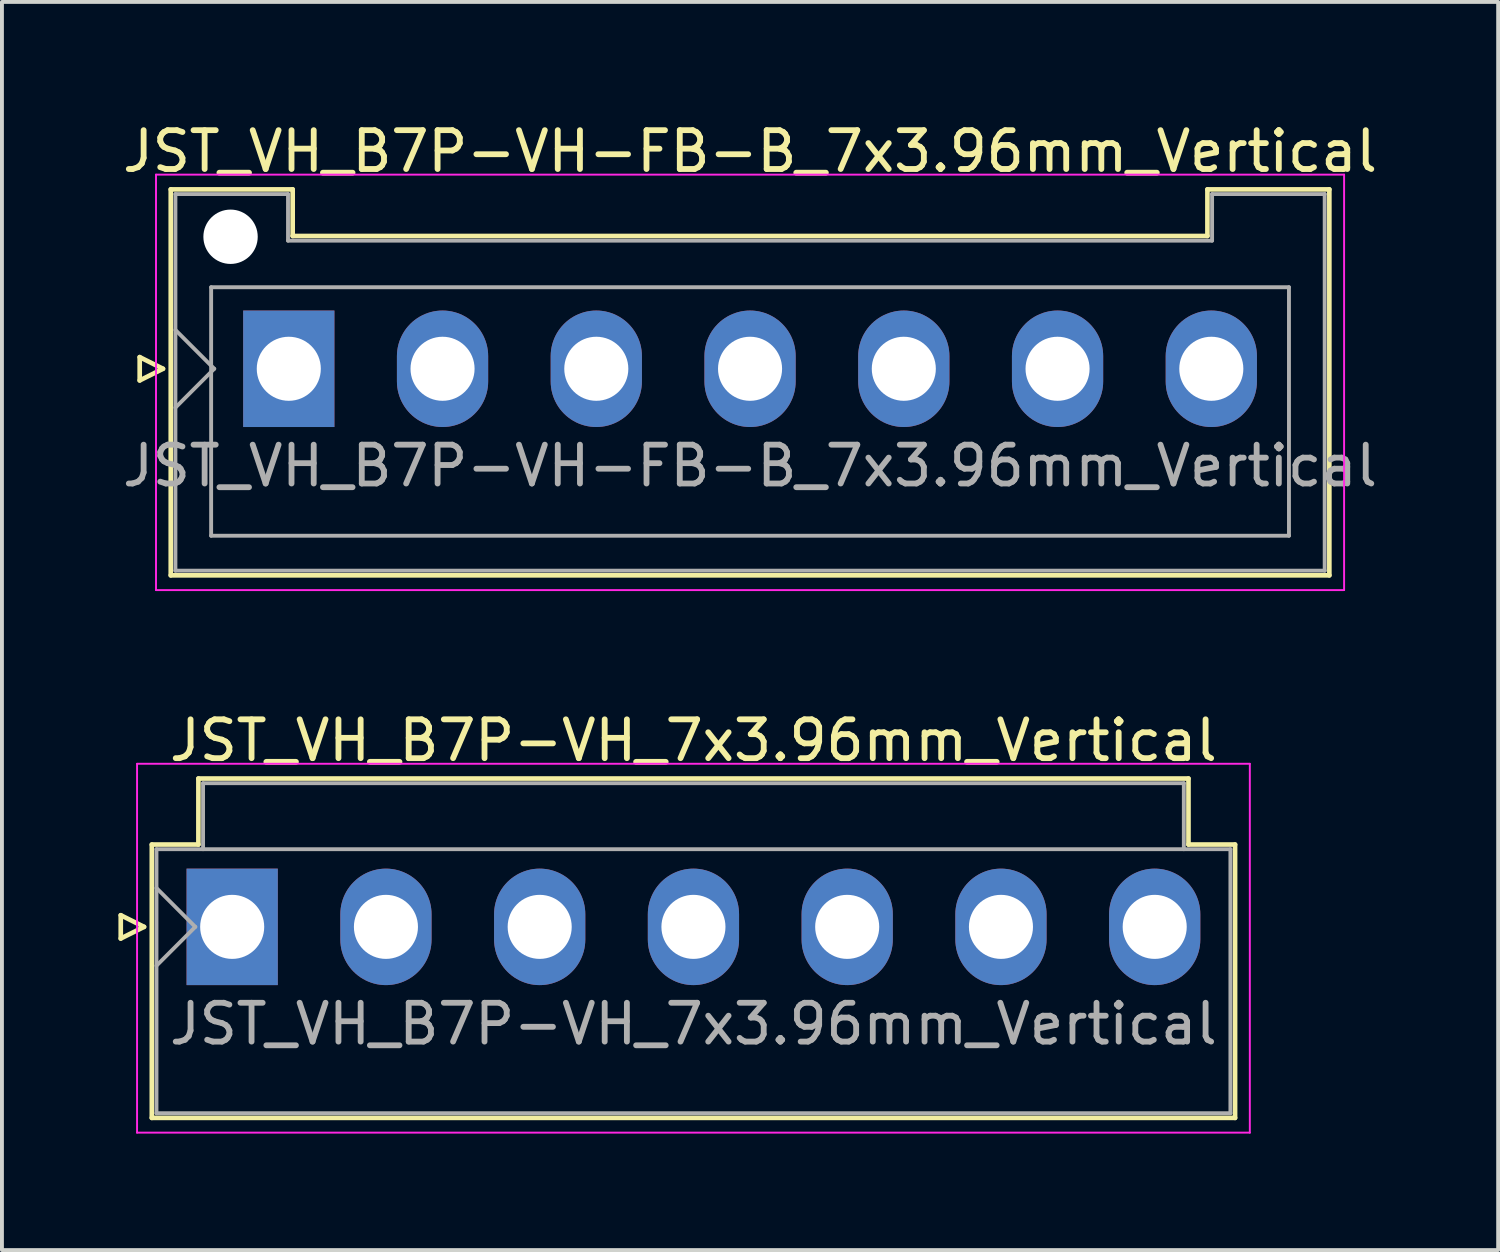
<source format=kicad_pcb>
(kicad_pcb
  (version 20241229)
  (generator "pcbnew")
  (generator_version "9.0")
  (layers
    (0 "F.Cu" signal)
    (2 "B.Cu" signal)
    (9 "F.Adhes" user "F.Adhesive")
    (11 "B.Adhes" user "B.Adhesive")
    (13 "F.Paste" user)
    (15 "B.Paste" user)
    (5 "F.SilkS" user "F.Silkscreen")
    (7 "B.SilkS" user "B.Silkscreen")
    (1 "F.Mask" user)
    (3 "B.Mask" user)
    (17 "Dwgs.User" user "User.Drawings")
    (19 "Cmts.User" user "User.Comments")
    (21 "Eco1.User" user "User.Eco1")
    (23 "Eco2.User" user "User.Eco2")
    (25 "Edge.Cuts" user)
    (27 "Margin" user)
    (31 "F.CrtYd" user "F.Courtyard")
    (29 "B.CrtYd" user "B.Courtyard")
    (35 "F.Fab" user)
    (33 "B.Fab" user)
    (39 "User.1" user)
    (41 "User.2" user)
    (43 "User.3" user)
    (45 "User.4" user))
  (footprint "JST_VH_B7P-VH_7x3.96mm_Vertical"
    (layer "F.Cu")
    (at 2.93 20.822)
    (property "Reference" "JST_VH_B7P-VH_7x3.96mm_Vertical" (at 11.88 -4.8 0) (layer "F.SilkS") (effects (font (size 1 1) (thickness 0.15))))
    (attr through_hole)
    (fp_line (start -2.87 -0.3) (end -2.27 0) (stroke (width 0.12) (type solid)) (layer "F.SilkS"))
    (fp_line (start -2.87 0.3) (end -2.87 -0.3) (stroke (width 0.12) (type solid)) (layer "F.SilkS"))
    (fp_line (start -2.27 0) (end -2.87 0.3) (stroke (width 0.12) (type solid)) (layer "F.SilkS"))
    (fp_line (start -2.07 -2.12) (end -0.87 -2.12) (stroke (width 0.12) (type solid)) (layer "F.SilkS"))
    (fp_line (start -2.07 4.92) (end -2.07 -2.12) (stroke (width 0.12) (type solid)) (layer "F.SilkS"))
    (fp_line (start -0.87 -3.82) (end 24.63 -3.82) (stroke (width 0.12) (type solid)) (layer "F.SilkS"))
    (fp_line (start -0.87 -2.12) (end -0.87 -3.82) (stroke (width 0.12) (type solid)) (layer "F.SilkS"))
    (fp_line (start 24.63 -3.82) (end 24.63 -2.12) (stroke (width 0.12) (type solid)) (layer "F.SilkS"))
    (fp_line (start 24.63 -2.12) (end 25.83 -2.12) (stroke (width 0.12) (type solid)) (layer "F.SilkS"))
    (fp_line (start 25.83 -2.12) (end 25.83 4.92) (stroke (width 0.12) (type solid)) (layer "F.SilkS"))
    (fp_line (start 25.83 4.92) (end -2.07 4.92) (stroke (width 0.12) (type solid)) (layer "F.SilkS"))
    (fp_line (start -2.45 -4.2) (end -2.45 5.3) (stroke (width 0.05) (type solid)) (layer "F.CrtYd"))
    (fp_line (start -2.45 5.3) (end 26.21 5.3) (stroke (width 0.05) (type solid)) (layer "F.CrtYd"))
    (fp_line (start 26.21 -4.2) (end -2.45 -4.2) (stroke (width 0.05) (type solid)) (layer "F.CrtYd"))
    (fp_line (start 26.21 5.3) (end 26.21 -4.2) (stroke (width 0.05) (type solid)) (layer "F.CrtYd"))
    (fp_line (start -1.95 -2) (end -1.95 4.8) (stroke (width 0.1) (type solid)) (layer "F.Fab"))
    (fp_line (start -1.95 -1) (end -0.95 0) (stroke (width 0.1) (type solid)) (layer "F.Fab"))
    (fp_line (start -1.95 1) (end -0.95 0) (stroke (width 0.1) (type solid)) (layer "F.Fab"))
    (fp_line (start -1.95 4.8) (end 25.71 4.8) (stroke (width 0.1) (type solid)) (layer "F.Fab"))
    (fp_line (start -0.75 -3.7) (end 24.51 -3.7) (stroke (width 0.1) (type solid)) (layer "F.Fab"))
    (fp_line (start -0.75 -2) (end -0.75 -3.7) (stroke (width 0.1) (type solid)) (layer "F.Fab"))
    (fp_line (start 24.51 -3.7) (end 24.51 -2) (stroke (width 0.1) (type solid)) (layer "F.Fab"))
    (fp_line (start 25.71 -2) (end -1.95 -2) (stroke (width 0.1) (type solid)) (layer "F.Fab"))
    (fp_line (start 25.71 4.8) (end 25.71 -2) (stroke (width 0.1) (type solid)) (layer "F.Fab"))
    (fp_text user "${REFERENCE}" (at 11.88 2.5 0) (layer "F.Fab") (effects (font (size 1 1) (thickness 0.15))))
    (pad "1" thru_hole rect (at 0 0) (size 2.35 3) (drill 1.65) (layers "*.Cu" "*.Mask"))
    (pad "2" thru_hole oval (at 3.96 0) (size 2.35 3) (drill 1.65) (layers "*.Cu" "*.Mask"))
    (pad "3" thru_hole oval (at 7.92 0) (size 2.35 3) (drill 1.65) (layers "*.Cu" "*.Mask"))
    (pad "4" thru_hole oval (at 11.88 0) (size 2.35 3) (drill 1.65) (layers "*.Cu" "*.Mask"))
    (pad "5" thru_hole oval (at 15.84 0) (size 2.35 3) (drill 1.65) (layers "*.Cu" "*.Mask"))
    (pad "6" thru_hole oval (at 19.8 0) (size 2.35 3) (drill 1.65) (layers "*.Cu" "*.Mask"))
    (pad "7" thru_hole oval (at 23.76 0) (size 2.35 3) (drill 1.65) (layers "*.Cu" "*.Mask")))
  (footprint "JST_VH_B7P-VH-FB-B_7x3.96mm_Vertical"
    (layer "F.Cu")
    (at 4.388 6.448)
    (property "Reference" "JST_VH_B7P-VH-FB-B_7x3.96mm_Vertical" (at 11.88 -5.6 0) (layer "F.SilkS") (effects (font (size 1 1) (thickness 0.15))))
    (attr through_hole)
    (fp_line (start -3.84 -0.3) (end -3.24 0) (stroke (width 0.12) (type solid)) (layer "F.SilkS"))
    (fp_line (start -3.84 0.3) (end -3.84 -0.3) (stroke (width 0.12) (type solid)) (layer "F.SilkS"))
    (fp_line (start -3.24 0) (end -3.84 0.3) (stroke (width 0.12) (type solid)) (layer "F.SilkS"))
    (fp_line (start -3.04 -4.62) (end 0.1 -4.62) (stroke (width 0.12) (type solid)) (layer "F.SilkS"))
    (fp_line (start -3.04 5.32) (end -3.04 -4.62) (stroke (width 0.12) (type solid)) (layer "F.SilkS"))
    (fp_line (start 0.1 -4.62) (end 0.1 -3.42) (stroke (width 0.12) (type solid)) (layer "F.SilkS"))
    (fp_line (start 0.1 -3.42) (end 23.66 -3.42) (stroke (width 0.12) (type solid)) (layer "F.SilkS"))
    (fp_line (start 23.66 -4.62) (end 26.8 -4.62) (stroke (width 0.12) (type solid)) (layer "F.SilkS"))
    (fp_line (start 23.66 -3.42) (end 23.66 -4.62) (stroke (width 0.12) (type solid)) (layer "F.SilkS"))
    (fp_line (start 26.8 -4.62) (end 26.8 5.32) (stroke (width 0.12) (type solid)) (layer "F.SilkS"))
    (fp_line (start 26.8 5.32) (end -3.04 5.32) (stroke (width 0.12) (type solid)) (layer "F.SilkS"))
    (fp_line (start -3.42 -5) (end -3.42 5.7) (stroke (width 0.05) (type solid)) (layer "F.CrtYd"))
    (fp_line (start -3.42 5.7) (end 27.18 5.7) (stroke (width 0.05) (type solid)) (layer "F.CrtYd"))
    (fp_line (start 27.18 -5) (end -3.42 -5) (stroke (width 0.05) (type solid)) (layer "F.CrtYd"))
    (fp_line (start 27.18 5.7) (end 27.18 -5) (stroke (width 0.05) (type solid)) (layer "F.CrtYd"))
    (fp_line (start -2.92 -4.5) (end -0.02 -4.5) (stroke (width 0.1) (type solid)) (layer "F.Fab"))
    (fp_line (start -2.92 -1) (end -1.92 0) (stroke (width 0.1) (type solid)) (layer "F.Fab"))
    (fp_line (start -2.92 1) (end -1.92 0) (stroke (width 0.1) (type solid)) (layer "F.Fab"))
    (fp_line (start -2.92 5.2) (end -2.92 -4.5) (stroke (width 0.1) (type solid)) (layer "F.Fab"))
    (fp_line (start -2 -2.1) (end 25.76 -2.1) (stroke (width 0.1) (type solid)) (layer "F.Fab"))
    (fp_line (start -2 4.3) (end -2 -2.1) (stroke (width 0.1) (type solid)) (layer "F.Fab"))
    (fp_line (start -0.02 -4.5) (end -0.02 -3.3) (stroke (width 0.1) (type solid)) (layer "F.Fab"))
    (fp_line (start -0.02 -3.3) (end 23.78 -3.3) (stroke (width 0.1) (type solid)) (layer "F.Fab"))
    (fp_line (start 23.78 -4.5) (end 26.68 -4.5) (stroke (width 0.1) (type solid)) (layer "F.Fab"))
    (fp_line (start 23.78 -3.3) (end 23.78 -4.5) (stroke (width 0.1) (type solid)) (layer "F.Fab"))
    (fp_line (start 25.76 -2.1) (end 25.76 4.3) (stroke (width 0.1) (type solid)) (layer "F.Fab"))
    (fp_line (start 25.76 4.3) (end -2 4.3) (stroke (width 0.1) (type solid)) (layer "F.Fab"))
    (fp_line (start 26.68 -4.5) (end 26.68 5.2) (stroke (width 0.1) (type solid)) (layer "F.Fab"))
    (fp_line (start 26.68 5.2) (end -2.92 5.2) (stroke (width 0.1) (type solid)) (layer "F.Fab"))
    (fp_text user "${REFERENCE}" (at 11.88 2.5 0) (layer "F.Fab") (effects (font (size 1 1) (thickness 0.15))))
    (pad "" np_thru_hole circle (at -1.5 -3.4) (size 1.4 1.4) (drill 1.4) (layers "*.Cu" "*.Mask"))
    (pad "1" thru_hole rect (at 0 0) (size 2.35 3) (drill 1.65) (layers "*.Cu" "*.Mask"))
    (pad "2" thru_hole oval (at 3.96 0) (size 2.35 3) (drill 1.65) (layers "*.Cu" "*.Mask"))
    (pad "3" thru_hole oval (at 7.92 0) (size 2.35 3) (drill 1.65) (layers "*.Cu" "*.Mask"))
    (pad "4" thru_hole oval (at 11.88 0) (size 2.35 3) (drill 1.65) (layers "*.Cu" "*.Mask"))
    (pad "5" thru_hole oval (at 15.84 0) (size 2.35 3) (drill 1.65) (layers "*.Cu" "*.Mask"))
    (pad "6" thru_hole oval (at 19.8 0) (size 2.35 3) (drill 1.65) (layers "*.Cu" "*.Mask"))
    (pad "7" thru_hole oval (at 23.76 0) (size 2.35 3) (drill 1.65) (layers "*.Cu" "*.Mask")))
  (gr_rect
    (start -3 -3)
    (end 35.536 29.146)
    (stroke (width 0.1) (type default))
    (fill no)
    (layer "Edge.Cuts")))
</source>
